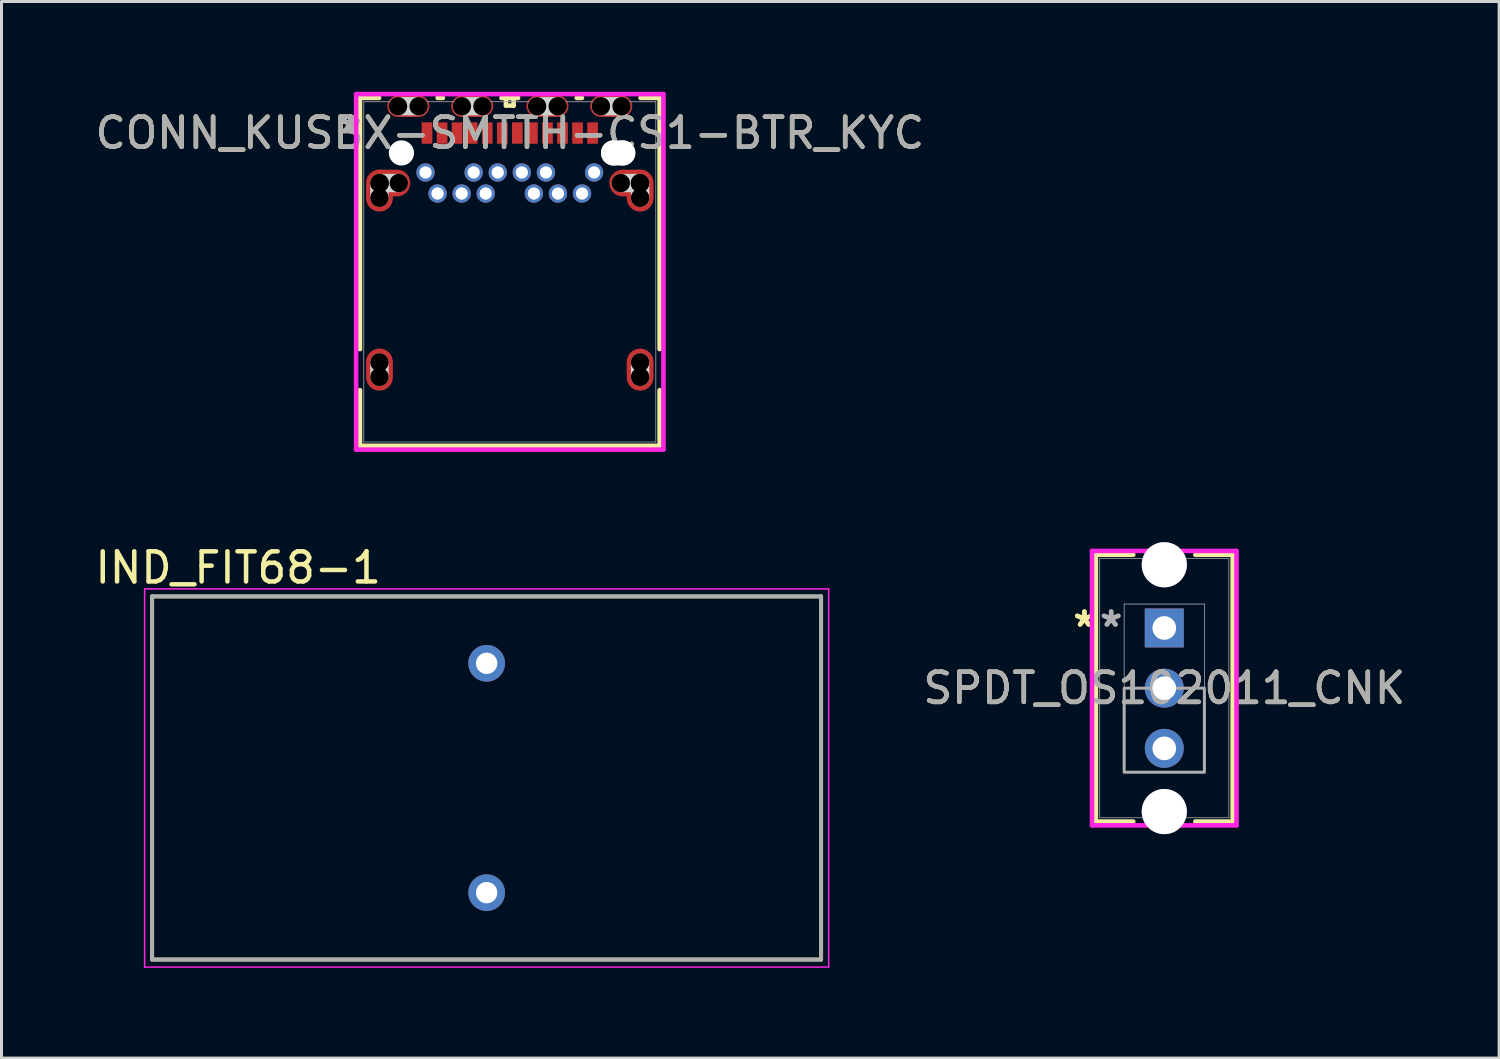
<source format=kicad_pcb>
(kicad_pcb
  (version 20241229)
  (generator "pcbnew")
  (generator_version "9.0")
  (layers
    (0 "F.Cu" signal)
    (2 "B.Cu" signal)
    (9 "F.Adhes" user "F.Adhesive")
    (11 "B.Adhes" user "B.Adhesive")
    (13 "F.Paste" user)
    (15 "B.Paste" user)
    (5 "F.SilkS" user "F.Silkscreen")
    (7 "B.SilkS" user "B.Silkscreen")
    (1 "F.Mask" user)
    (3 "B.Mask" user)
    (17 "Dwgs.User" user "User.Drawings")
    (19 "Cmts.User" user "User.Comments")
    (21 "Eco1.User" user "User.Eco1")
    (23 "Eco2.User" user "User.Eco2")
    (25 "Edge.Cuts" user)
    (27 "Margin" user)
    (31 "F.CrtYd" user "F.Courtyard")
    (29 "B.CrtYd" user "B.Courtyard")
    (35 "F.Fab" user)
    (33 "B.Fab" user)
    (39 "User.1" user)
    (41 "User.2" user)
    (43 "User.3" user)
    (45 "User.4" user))
  (footprint "SPDT_OS102011_CNK"
    (layer "F.Cu")
    (at 35.631 17.813)
    (property "Reference" "SPDT_OS102011_CNK" (at 0 2 0) (unlocked yes) (layer "F.SilkS") (effects (font (size 1 1) (thickness 0.15))))
    (attr through_hole)
    (fp_line (start -2.273 -2.432) (end -2.273 6.432) (stroke (width 0.152) (type solid)) (layer "F.SilkS"))
    (fp_line (start -2.273 6.432) (end -1.03 6.432) (stroke (width 0.152) (type solid)) (layer "F.SilkS"))
    (fp_line (start -1.03 -2.432) (end -2.273 -2.432) (stroke (width 0.152) (type solid)) (layer "F.SilkS"))
    (fp_line (start 1.03 6.432) (end 2.273 6.432) (stroke (width 0.152) (type solid)) (layer "F.SilkS"))
    (fp_line (start 2.273 -2.432) (end 1.03 -2.432) (stroke (width 0.152) (type solid)) (layer "F.SilkS"))
    (fp_line (start 2.273 6.432) (end 2.273 -2.432) (stroke (width 0.152) (type solid)) (layer "F.SilkS"))
    (fp_line (start -2.4 -2.559) (end -2.4 6.559) (stroke (width 0.152) (type solid)) (layer "F.CrtYd"))
    (fp_line (start -2.4 6.559) (end 2.4 6.559) (stroke (width 0.152) (type solid)) (layer "F.CrtYd"))
    (fp_line (start 2.4 -2.559) (end -2.4 -2.559) (stroke (width 0.152) (type solid)) (layer "F.CrtYd"))
    (fp_line (start 2.4 6.559) (end 2.4 -2.559) (stroke (width 0.152) (type solid)) (layer "F.CrtYd"))
    (fp_line (start -2.146 -2.305) (end -2.146 6.305) (stroke (width 0.025) (type solid)) (layer "F.Fab"))
    (fp_line (start -2.146 6.305) (end 2.146 6.305) (stroke (width 0.025) (type solid)) (layer "F.Fab"))
    (fp_line (start -1.333 -0.794) (end 1.333 -0.794) (stroke (width 0.025) (type solid)) (layer "F.Fab"))
    (fp_line (start -1.333 4.794) (end -1.333 -0.794) (stroke (width 0.025) (type solid)) (layer "F.Fab"))
    (fp_line (start 1.333 -0.794) (end 1.333 4.794) (stroke (width 0.025) (type solid)) (layer "F.Fab"))
    (fp_line (start 1.333 4.794) (end -1.333 4.794) (stroke (width 0.025) (type solid)) (layer "F.Fab"))
    (fp_line (start 2.146 -2.305) (end -2.146 -2.305) (stroke (width 0.025) (type solid)) (layer "F.Fab"))
    (fp_line (start 2.146 6.305) (end 2.146 -2.305) (stroke (width 0.025) (type solid)) (layer "F.Fab"))
    (fp_poly (pts (xy -1.333 4.794) (xy -1.333 2) (xy 1.333 2) (xy 1.333 4.794)) (stroke (width 0.1) (type solid)) (fill no) (layer "F.Fab"))
    (fp_text user "*" (at -2.654 0 0) (layer "F.SilkS") (effects (font (size 1 1) (thickness 0.15))))
    (fp_text user "*" (at -2.654 0 0) (unlocked yes) (layer "F.SilkS") (effects (font (size 1 1) (thickness 0.15))))
    (fp_text user "*" (at -1.765 0 0) (layer "F.Fab") (effects (font (size 1 1) (thickness 0.15))))
    (fp_text user "${REFERENCE}" (at 0 2 0) (unlocked yes) (layer "F.Fab") (effects (font (size 1 1) (thickness 0.15))))
    (fp_text user "*" (at -1.765 0 0) (unlocked yes) (layer "F.Fab") (effects (font (size 1 1) (thickness 0.15))))
    (pad "1" thru_hole rect (at 0 0) (size 1.295 1.295) (drill 0.787) (layers "*.Cu" "*.Mask"))
    (pad "2" thru_hole circle (at 0 2) (size 1.295 1.295) (drill 0.787) (layers "*.Cu" "*.Mask"))
    (pad "3" thru_hole circle (at 0 4) (size 1.295 1.295) (drill 0.787) (layers "*.Cu" "*.Mask"))
    (pad "4" thru_hole circle (at 0 -2.1 90) (size 1.499 1.499) (drill 1.499) (layers "*.Cu" "*.Mask"))
    (pad "5" thru_hole circle (at 0 6.1 90) (size 1.499 1.499) (drill 1.499) (layers "*.Cu" "*.Mask")))
  (footprint "IND_FIT68-1"
    (layer "F.Cu")
    (at 13.118 22.797)
    (property "Reference" "IND_FIT68-1" (at -8.255 -6.985 0) (layer "F.SilkS") (effects (font (size 1 1) (thickness 0.15))))
    (attr through_hole)
    (fp_line (start -11.113 -6.032) (end 11.113 -6.032) (stroke (width 0.127) (type solid)) (layer "F.SilkS"))
    (fp_line (start -11.113 6.032) (end -11.113 -6.032) (stroke (width 0.127) (type solid)) (layer "F.SilkS"))
    (fp_line (start 11.113 -6.032) (end 11.113 6.032) (stroke (width 0.127) (type solid)) (layer "F.SilkS"))
    (fp_line (start 11.113 6.032) (end -11.113 6.032) (stroke (width 0.127) (type solid)) (layer "F.SilkS"))
    (fp_line (start -11.363 -6.282) (end 11.363 -6.282) (stroke (width 0.05) (type solid)) (layer "F.CrtYd"))
    (fp_line (start -11.363 6.282) (end -11.363 -6.282) (stroke (width 0.05) (type solid)) (layer "F.CrtYd"))
    (fp_line (start 11.363 -6.282) (end 11.363 6.282) (stroke (width 0.05) (type solid)) (layer "F.CrtYd"))
    (fp_line (start 11.363 6.282) (end -11.363 6.282) (stroke (width 0.05) (type solid)) (layer "F.CrtYd"))
    (fp_line (start -11.113 -6.032) (end 11.113 -6.032) (stroke (width 0.127) (type solid)) (layer "F.Fab"))
    (fp_line (start -11.113 6.032) (end -11.113 -6.032) (stroke (width 0.127) (type solid)) (layer "F.Fab"))
    (fp_line (start 11.113 -6.032) (end 11.113 6.032) (stroke (width 0.127) (type solid)) (layer "F.Fab"))
    (fp_line (start 11.113 6.032) (end -11.113 6.032) (stroke (width 0.127) (type solid)) (layer "F.Fab"))
    (pad "1" thru_hole circle (at 0 -3.81) (size 1.219 1.219) (drill 0.711) (layers "*.Cu" "*.Mask"))
    (pad "2" thru_hole circle (at 0 3.81) (size 1.219 1.219) (drill 0.711) (layers "*.Cu" "*.Mask")))
  (footprint "CONN_KUSBX-SMTTH-CS1-BTR_KYC"
    (layer "F.Cu")
    (at 13.887 5.982)
    (property "Reference" "CONN_KUSBX-SMTTH-CS1-BTR_KYC" (at 0 -4.612 0) (unlocked yes) (layer "F.SilkS") (effects (font (size 1 1) (thickness 0.15))))
    (attr smd)
    (fp_line (start -4.978 -5.779) (end -4.978 2.566) (stroke (width 0.152) (type solid)) (layer "F.SilkS"))
    (fp_line (start -4.978 3.931) (end -4.978 5.779) (stroke (width 0.152) (type solid)) (layer "F.SilkS"))
    (fp_line (start -4.978 5.779) (end 4.978 5.779) (stroke (width 0.152) (type solid)) (layer "F.SilkS"))
    (fp_line (start -4.343 -5.779) (end -4.978 -5.779) (stroke (width 0.152) (type solid)) (layer "F.SilkS"))
    (fp_line (start -2.223 -5.779) (end -2.397 -5.779) (stroke (width 0.152) (type solid)) (layer "F.SilkS"))
    (fp_line (start -0.127 -5.779) (end -0.127 -5.524) (stroke (width 0.152) (type solid)) (layer "F.SilkS"))
    (fp_line (start -0.127 -5.524) (end 0.127 -5.524) (stroke (width 0.152) (type solid)) (layer "F.SilkS"))
    (fp_line (start 0.127 -5.779) (end -0.127 -5.779) (stroke (width 0.152) (type solid)) (layer "F.SilkS"))
    (fp_line (start 0.127 -5.524) (end 0.127 -5.779) (stroke (width 0.152) (type solid)) (layer "F.SilkS"))
    (fp_line (start 0.277 -5.779) (end -0.277 -5.779) (stroke (width 0.152) (type solid)) (layer "F.SilkS"))
    (fp_line (start 2.397 -5.779) (end 2.223 -5.779) (stroke (width 0.152) (type solid)) (layer "F.SilkS"))
    (fp_line (start 4.978 -5.779) (end 4.343 -5.779) (stroke (width 0.152) (type solid)) (layer "F.SilkS"))
    (fp_line (start 4.978 2.566) (end 4.978 -5.779) (stroke (width 0.152) (type solid)) (layer "F.SilkS"))
    (fp_line (start 4.978 5.779) (end 4.978 3.931) (stroke (width 0.152) (type solid)) (layer "F.SilkS"))
    (fp_line (start -4.33 -2.46) (end -4.33 -2.943) (stroke (width 0.61) (type solid)) (layer "Edge.Cuts"))
    (fp_line (start -4.33 3.49) (end -4.33 3.007) (stroke (width 0.61) (type solid)) (layer "Edge.Cuts"))
    (fp_line (start -4.323 -2.951) (end -3.688 -2.951) (stroke (width 0.61) (type solid)) (layer "Edge.Cuts"))
    (fp_line (start -3.713 -5.502) (end -3.027 -5.502) (stroke (width 0.61) (type solid)) (layer "Edge.Cuts"))
    (fp_line (start -1.593 -5.502) (end -0.907 -5.502) (stroke (width 0.61) (type solid)) (layer "Edge.Cuts"))
    (fp_line (start 0.907 -5.502) (end 1.593 -5.502) (stroke (width 0.61) (type solid)) (layer "Edge.Cuts"))
    (fp_line (start 3.027 -5.502) (end 3.713 -5.502) (stroke (width 0.61) (type solid)) (layer "Edge.Cuts"))
    (fp_line (start 3.448 -3.951) (end 3.752 -3.951) (stroke (width 0.838) (type solid)) (layer "Edge.Cuts"))
    (fp_line (start 3.687 -2.951) (end 4.322 -2.951) (stroke (width 0.61) (type solid)) (layer "Edge.Cuts"))
    (fp_line (start 4.33 -2.46) (end 4.33 -2.943) (stroke (width 0.61) (type solid)) (layer "Edge.Cuts"))
    (fp_line (start 4.33 3.49) (end 4.33 3.007) (stroke (width 0.61) (type solid)) (layer "Edge.Cuts"))
    (fp_line (start -5.105 -5.905) (end -5.105 5.905) (stroke (width 0.152) (type solid)) (layer "F.CrtYd"))
    (fp_line (start -5.105 5.905) (end 5.105 5.905) (stroke (width 0.152) (type solid)) (layer "F.CrtYd"))
    (fp_line (start 5.105 -5.905) (end -5.105 -5.905) (stroke (width 0.152) (type solid)) (layer "F.CrtYd"))
    (fp_line (start 5.105 5.905) (end 5.105 -5.905) (stroke (width 0.152) (type solid)) (layer "F.CrtYd"))
    (fp_line (start -4.851 -5.652) (end -4.851 5.652) (stroke (width 0.025) (type solid)) (layer "F.Fab"))
    (fp_line (start -4.851 5.652) (end 4.851 5.652) (stroke (width 0.025) (type solid)) (layer "F.Fab"))
    (fp_line (start 0 -5.652) (end 0 -5.652) (stroke (width 0.025) (type solid)) (layer "F.Fab"))
    (fp_line (start 0 -5.652) (end 0 -5.652) (stroke (width 0.025) (type solid)) (layer "F.Fab"))
    (fp_line (start 0 -5.652) (end 0 -5.652) (stroke (width 0.025) (type solid)) (layer "F.Fab"))
    (fp_line (start 0 -5.652) (end 0 -5.652) (stroke (width 0.025) (type solid)) (layer "F.Fab"))
    (fp_line (start 4.851 -5.652) (end -4.851 -5.652) (stroke (width 0.025) (type solid)) (layer "F.Fab"))
    (fp_line (start 4.851 5.652) (end 4.851 -5.652) (stroke (width 0.025) (type solid)) (layer "F.Fab"))
    (fp_text user "*" (at -5.29 -4.612 0) (unlocked yes) (layer "F.SilkS") (effects (font (size 1 1) (thickness 0.15))))
    (fp_text user "*" (at -5.29 -4.612 0) (layer "F.SilkS") (effects (font (size 1 1) (thickness 0.15))))
    (fp_text user "*" (at -5.29 -4.612 0) (unlocked yes) (layer "F.Fab") (effects (font (size 1 1) (thickness 0.15))))
    (fp_text user "${REFERENCE}" (at 0 -4.612 0) (unlocked yes) (layer "F.Fab") (effects (font (size 1 1) (thickness 0.15))))
    (fp_text user "*" (at -5.29 -4.612 0) (layer "F.Fab") (effects (font (size 1 1) (thickness 0.15))))
    (pad "" np_thru_hole circle (at -4.33 -2.943) (size 0.61 0.61) (drill 0.61) (layers))
    (pad "" np_thru_hole circle (at -4.33 -2.46) (size 0.61 0.61) (drill 0.61) (layers))
    (pad "" np_thru_hole circle (at -4.33 3.007) (size 0.61 0.61) (drill 0.61) (layers))
    (pad "" np_thru_hole circle (at -4.33 3.49) (size 0.61 0.61) (drill 0.61) (layers))
    (pad "" np_thru_hole circle (at -4.323 -2.951) (size 0.61 0.61) (drill 0.61) (layers))
    (pad "" np_thru_hole circle (at -3.713 -5.502) (size 0.61 0.61) (drill 0.61) (layers))
    (pad "" np_thru_hole circle (at -3.688 -2.951) (size 0.61 0.61) (drill 0.61) (layers))
    (pad "" np_thru_hole circle (at -3.6 -3.951) (size 0.838 0.838) (drill 0.838) (layers "*.Cu" "*.Mask"))
    (pad "" np_thru_hole circle (at -3.027 -5.502) (size 0.61 0.61) (drill 0.61) (layers))
    (pad "" np_thru_hole circle (at -1.593 -5.502) (size 0.61 0.61) (drill 0.61) (layers))
    (pad "" np_thru_hole circle (at -0.907 -5.502) (size 0.61 0.61) (drill 0.61) (layers))
    (pad "" np_thru_hole circle (at 0.907 -5.502) (size 0.61 0.61) (drill 0.61) (layers))
    (pad "" np_thru_hole circle (at 1.593 -5.502) (size 0.61 0.61) (drill 0.61) (layers))
    (pad "" np_thru_hole circle (at 3.027 -5.502) (size 0.61 0.61) (drill 0.61) (layers))
    (pad "" np_thru_hole circle (at 3.448 -3.951) (size 0.838 0.838) (drill 0.838) (layers "*.Cu" "*.Mask"))
    (pad "" np_thru_hole circle (at 3.687 -2.951) (size 0.61 0.61) (drill 0.61) (layers))
    (pad "" np_thru_hole circle (at 3.713 -5.502) (size 0.61 0.61) (drill 0.61) (layers))
    (pad "" np_thru_hole circle (at 3.752 -3.951) (size 0.838 0.838) (drill 0.838) (layers "*.Cu" "*.Mask"))
    (pad "" np_thru_hole circle (at 4.322 -2.951) (size 0.61 0.61) (drill 0.61) (layers))
    (pad "" np_thru_hole circle (at 4.33 -2.943) (size 0.61 0.61) (drill 0.61) (layers))
    (pad "" np_thru_hole circle (at 4.33 -2.46) (size 0.61 0.61) (drill 0.61) (layers))
    (pad "" np_thru_hole circle (at 4.33 3.007) (size 0.61 0.61) (drill 0.61) (layers))
    (pad "" np_thru_hole circle (at 4.33 3.49) (size 0.61 0.61) (drill 0.61) (layers))
    (pad "25" smd oval (at -1.25 -5.502) (size 1.397 0.711) (layers "F.Cu" "F.Mask" "F.Paste"))
    (pad "26" smd oval (at 1.25 -5.502) (size 1.397 0.711) (layers "F.Cu" "F.Mask" "F.Paste"))
    (pad "27" smd oval (at -3.37 -5.502) (size 1.397 0.711) (layers "F.Cu" "F.Mask" "F.Paste"))
    (pad "28" smd oval (at 3.37 -5.502) (size 1.397 0.711) (layers "F.Cu" "F.Mask" "F.Paste"))
    (pad "30" smd oval (at -4.33 -2.701) (size 0.889 1.397) (layers "F.Cu" "F.Mask" "F.Paste"))
    (pad "31" smd oval (at -4.33 3.248) (size 0.889 1.397) (layers "F.Cu" "F.Mask" "F.Paste"))
    (pad "32" smd oval (at 4.33 3.248) (size 0.889 1.397) (layers "F.Cu" "F.Mask" "F.Paste"))
    (pad "35" smd oval (at 4.33 -2.701) (size 0.889 1.397) (layers "F.Cu" "F.Mask" "F.Paste"))
    (pad "36" smd oval (at 4.005 -2.951 90) (size 0.889 1.397) (layers "F.Cu" "F.Mask" "F.Paste"))
    (pad "37" smd oval (at -4.005 -2.951 90) (size 0.889 1.397) (layers "F.Cu" "F.Mask" "F.Paste"))
    (pad "A1" smd rect (at -2.75 -4.612) (size 0.356 0.711) (layers "F.Cu" "F.Mask" "F.Paste"))
    (pad "A2" smd rect (at -2.25 -4.612) (size 0.356 0.711) (layers "F.Cu" "F.Mask" "F.Paste"))
    (pad "A3" smd rect (at -1.75 -4.612) (size 0.356 0.711) (layers "F.Cu" "F.Mask" "F.Paste"))
    (pad "A4" smd rect (at -1.25 -4.612) (size 0.356 0.711) (layers "F.Cu" "F.Mask" "F.Paste"))
    (pad "A5" smd rect (at -0.749 -4.612) (size 0.356 0.711) (layers "F.Cu" "F.Mask" "F.Paste"))
    (pad "A6" smd rect (at -0.249 -4.612) (size 0.356 0.711) (layers "F.Cu" "F.Mask" "F.Paste"))
    (pad "A7" smd rect (at 0.251 -4.612) (size 0.356 0.711) (layers "F.Cu" "F.Mask" "F.Paste"))
    (pad "A8" smd rect (at 0.751 -4.612) (size 0.356 0.711) (layers "F.Cu" "F.Mask" "F.Paste"))
    (pad "A9" smd rect (at 1.251 -4.612) (size 0.356 0.711) (layers "F.Cu" "F.Mask" "F.Paste"))
    (pad "A10" smd rect (at 1.751 -4.612) (size 0.356 0.711) (layers "F.Cu" "F.Mask" "F.Paste"))
    (pad "A11" smd rect (at 2.251 -4.612) (size 0.356 0.711) (layers "F.Cu" "F.Mask" "F.Paste"))
    (pad "A12" smd rect (at 2.751 -4.612) (size 0.356 0.711) (layers "F.Cu" "F.Mask" "F.Paste"))
    (pad "B1" thru_hole circle (at 2.8 -3.302) (size 0.61 0.61) (drill 0.406) (layers "*.Cu" "*.Mask"))
    (pad "B2" thru_hole circle (at 2.4 -2.602) (size 0.61 0.61) (drill 0.406) (layers "*.Cu" "*.Mask"))
    (pad "B3" thru_hole circle (at 1.6 -2.602) (size 0.61 0.61) (drill 0.406) (layers "*.Cu" "*.Mask"))
    (pad "B4" thru_hole circle (at 1.2 -3.302) (size 0.61 0.61) (drill 0.406) (layers "*.Cu" "*.Mask"))
    (pad "B5" thru_hole circle (at 0.8 -2.602) (size 0.61 0.61) (drill 0.406) (layers "*.Cu" "*.Mask"))
    (pad "B6" thru_hole circle (at 0.4 -3.302) (size 0.61 0.61) (drill 0.406) (layers "*.Cu" "*.Mask"))
    (pad "B7" thru_hole circle (at -0.4 -3.302) (size 0.61 0.61) (drill 0.406) (layers "*.Cu" "*.Mask"))
    (pad "B8" thru_hole circle (at -0.8 -2.602) (size 0.61 0.61) (drill 0.406) (layers "*.Cu" "*.Mask"))
    (pad "B9" thru_hole circle (at -1.2 -3.302) (size 0.61 0.61) (drill 0.406) (layers "*.Cu" "*.Mask"))
    (pad "B10" thru_hole circle (at -1.6 -2.602) (size 0.61 0.61) (drill 0.406) (layers "*.Cu" "*.Mask"))
    (pad "B11" thru_hole circle (at -2.4 -2.602) (size 0.61 0.61) (drill 0.406) (layers "*.Cu" "*.Mask"))
    (pad "B12" thru_hole circle (at -2.8 -3.302) (size 0.61 0.61) (drill 0.406) (layers "*.Cu" "*.Mask")))
  (gr_rect
    (start -3 -3)
    (end 46.756 32.104)
    (stroke (width 0.1) (type default))
    (fill no)
    (layer "Edge.Cuts")))
</source>
